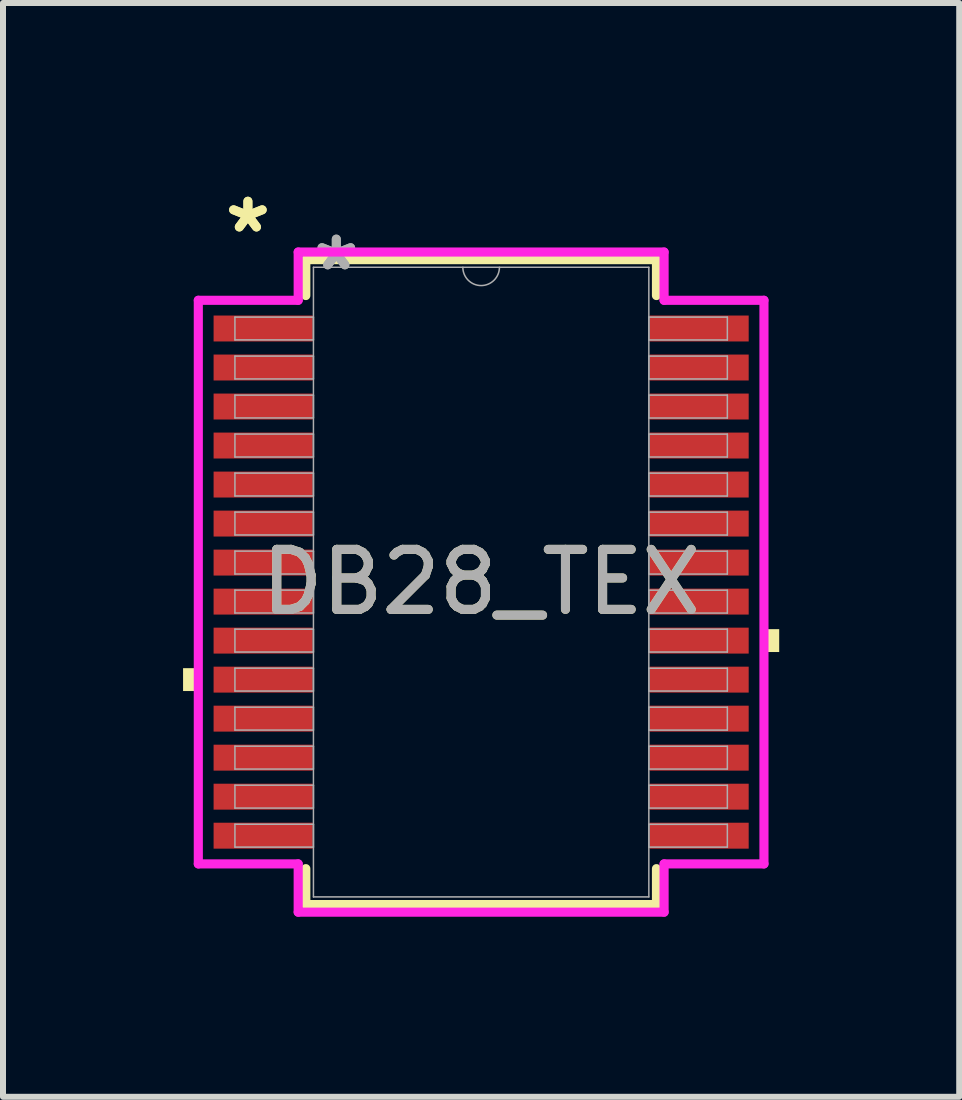
<source format=kicad_pcb>
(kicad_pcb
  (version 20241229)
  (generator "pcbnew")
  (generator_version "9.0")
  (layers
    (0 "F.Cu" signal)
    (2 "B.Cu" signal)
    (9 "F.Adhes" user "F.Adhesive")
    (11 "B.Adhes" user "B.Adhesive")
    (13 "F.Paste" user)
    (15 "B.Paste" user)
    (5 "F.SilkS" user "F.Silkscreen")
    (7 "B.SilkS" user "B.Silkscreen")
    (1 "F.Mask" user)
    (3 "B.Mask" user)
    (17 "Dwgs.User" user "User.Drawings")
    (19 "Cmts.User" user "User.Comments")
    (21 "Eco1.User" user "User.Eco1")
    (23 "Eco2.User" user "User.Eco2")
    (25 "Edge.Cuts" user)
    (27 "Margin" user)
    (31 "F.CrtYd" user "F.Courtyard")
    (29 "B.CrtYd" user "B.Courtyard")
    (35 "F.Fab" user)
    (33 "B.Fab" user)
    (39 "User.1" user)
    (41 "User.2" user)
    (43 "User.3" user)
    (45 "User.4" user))
  (footprint "DB28_TEX"
    (layer "F.Cu")
    (at 4.966 6.648)
    (property "Reference" "DB28_TEX" (at 0 0 0) (unlocked yes) (layer "F.SilkS") (effects (font (size 1 1) (thickness 0.15))))
    (attr smd)
    (fp_line (start -2.921 -5.372) (end -2.921 -4.774) (stroke (width 0.152) (type solid)) (layer "F.SilkS"))
    (fp_line (start -2.921 4.774) (end -2.921 5.372) (stroke (width 0.152) (type solid)) (layer "F.SilkS"))
    (fp_line (start -2.921 5.372) (end 2.921 5.372) (stroke (width 0.152) (type solid)) (layer "F.SilkS"))
    (fp_line (start 2.921 -5.372) (end -2.921 -5.372) (stroke (width 0.152) (type solid)) (layer "F.SilkS"))
    (fp_line (start 2.921 -4.774) (end 2.921 -5.372) (stroke (width 0.152) (type solid)) (layer "F.SilkS"))
    (fp_line (start 2.921 5.372) (end 2.921 4.774) (stroke (width 0.152) (type solid)) (layer "F.SilkS"))
    (fp_poly (pts (xy -4.966 1.434) (xy -4.966 1.815) (xy -4.712 1.815) (xy -4.712 1.434)) (stroke (width 0) (type solid)) (fill yes) (layer "F.SilkS"))
    (fp_poly (pts (xy 4.966 0.784) (xy 4.966 1.165) (xy 4.712 1.165) (xy 4.712 0.784)) (stroke (width 0) (type solid)) (fill yes) (layer "F.SilkS"))
    (fp_line (start -4.712 -4.695) (end -3.048 -4.695) (stroke (width 0.152) (type solid)) (layer "F.CrtYd"))
    (fp_line (start -4.712 4.695) (end -4.712 -4.695) (stroke (width 0.152) (type solid)) (layer "F.CrtYd"))
    (fp_line (start -4.712 4.695) (end -3.048 4.695) (stroke (width 0.152) (type solid)) (layer "F.CrtYd"))
    (fp_line (start -3.048 -5.499) (end 3.048 -5.499) (stroke (width 0.152) (type solid)) (layer "F.CrtYd"))
    (fp_line (start -3.048 -4.695) (end -3.048 -5.499) (stroke (width 0.152) (type solid)) (layer "F.CrtYd"))
    (fp_line (start -3.048 5.499) (end -3.048 4.695) (stroke (width 0.152) (type solid)) (layer "F.CrtYd"))
    (fp_line (start 3.048 -5.499) (end 3.048 -4.695) (stroke (width 0.152) (type solid)) (layer "F.CrtYd"))
    (fp_line (start 3.048 4.695) (end 3.048 5.499) (stroke (width 0.152) (type solid)) (layer "F.CrtYd"))
    (fp_line (start 3.048 5.499) (end -3.048 5.499) (stroke (width 0.152) (type solid)) (layer "F.CrtYd"))
    (fp_line (start 4.712 -4.695) (end 3.048 -4.695) (stroke (width 0.152) (type solid)) (layer "F.CrtYd"))
    (fp_line (start 4.712 -4.695) (end 4.712 4.695) (stroke (width 0.152) (type solid)) (layer "F.CrtYd"))
    (fp_line (start 4.712 4.695) (end 3.048 4.695) (stroke (width 0.152) (type solid)) (layer "F.CrtYd"))
    (fp_line (start -4.102 -4.415) (end -4.102 -4.035) (stroke (width 0.025) (type solid)) (layer "F.Fab"))
    (fp_line (start -4.102 -4.035) (end -2.794 -4.035) (stroke (width 0.025) (type solid)) (layer "F.Fab"))
    (fp_line (start -4.102 -3.765) (end -4.102 -3.385) (stroke (width 0.025) (type solid)) (layer "F.Fab"))
    (fp_line (start -4.102 -3.385) (end -2.794 -3.385) (stroke (width 0.025) (type solid)) (layer "F.Fab"))
    (fp_line (start -4.102 -3.115) (end -4.102 -2.735) (stroke (width 0.025) (type solid)) (layer "F.Fab"))
    (fp_line (start -4.102 -2.735) (end -2.794 -2.735) (stroke (width 0.025) (type solid)) (layer "F.Fab"))
    (fp_line (start -4.102 -2.466) (end -4.102 -2.084) (stroke (width 0.025) (type solid)) (layer "F.Fab"))
    (fp_line (start -4.102 -2.084) (end -2.794 -2.084) (stroke (width 0.025) (type solid)) (layer "F.Fab"))
    (fp_line (start -4.102 -1.816) (end -4.102 -1.435) (stroke (width 0.025) (type solid)) (layer "F.Fab"))
    (fp_line (start -4.102 -1.435) (end -2.794 -1.435) (stroke (width 0.025) (type solid)) (layer "F.Fab"))
    (fp_line (start -4.102 -1.166) (end -4.102 -0.785) (stroke (width 0.025) (type solid)) (layer "F.Fab"))
    (fp_line (start -4.102 -0.785) (end -2.794 -0.785) (stroke (width 0.025) (type solid)) (layer "F.Fab"))
    (fp_line (start -4.102 -0.516) (end -4.102 -0.135) (stroke (width 0.025) (type solid)) (layer "F.Fab"))
    (fp_line (start -4.102 -0.135) (end -2.794 -0.135) (stroke (width 0.025) (type solid)) (layer "F.Fab"))
    (fp_line (start -4.102 0.134) (end -4.102 0.515) (stroke (width 0.025) (type solid)) (layer "F.Fab"))
    (fp_line (start -4.102 0.515) (end -2.794 0.515) (stroke (width 0.025) (type solid)) (layer "F.Fab"))
    (fp_line (start -4.102 0.784) (end -4.102 1.165) (stroke (width 0.025) (type solid)) (layer "F.Fab"))
    (fp_line (start -4.102 1.165) (end -2.794 1.165) (stroke (width 0.025) (type solid)) (layer "F.Fab"))
    (fp_line (start -4.102 1.434) (end -4.102 1.815) (stroke (width 0.025) (type solid)) (layer "F.Fab"))
    (fp_line (start -4.102 1.815) (end -2.794 1.815) (stroke (width 0.025) (type solid)) (layer "F.Fab"))
    (fp_line (start -4.102 2.084) (end -4.102 2.465) (stroke (width 0.025) (type solid)) (layer "F.Fab"))
    (fp_line (start -4.102 2.465) (end -2.794 2.465) (stroke (width 0.025) (type solid)) (layer "F.Fab"))
    (fp_line (start -4.102 2.734) (end -4.102 3.115) (stroke (width 0.025) (type solid)) (layer "F.Fab"))
    (fp_line (start -4.102 3.115) (end -2.794 3.115) (stroke (width 0.025) (type solid)) (layer "F.Fab"))
    (fp_line (start -4.102 3.384) (end -4.102 3.765) (stroke (width 0.025) (type solid)) (layer "F.Fab"))
    (fp_line (start -4.102 3.765) (end -2.794 3.765) (stroke (width 0.025) (type solid)) (layer "F.Fab"))
    (fp_line (start -4.102 4.034) (end -4.102 4.415) (stroke (width 0.025) (type solid)) (layer "F.Fab"))
    (fp_line (start -4.102 4.415) (end -2.794 4.415) (stroke (width 0.025) (type solid)) (layer "F.Fab"))
    (fp_line (start -2.794 -5.245) (end -2.794 5.245) (stroke (width 0.025) (type solid)) (layer "F.Fab"))
    (fp_line (start -2.794 -4.415) (end -4.102 -4.415) (stroke (width 0.025) (type solid)) (layer "F.Fab"))
    (fp_line (start -2.794 -4.035) (end -2.794 -4.415) (stroke (width 0.025) (type solid)) (layer "F.Fab"))
    (fp_line (start -2.794 -3.765) (end -4.102 -3.765) (stroke (width 0.025) (type solid)) (layer "F.Fab"))
    (fp_line (start -2.794 -3.385) (end -2.794 -3.765) (stroke (width 0.025) (type solid)) (layer "F.Fab"))
    (fp_line (start -2.794 -3.115) (end -4.102 -3.115) (stroke (width 0.025) (type solid)) (layer "F.Fab"))
    (fp_line (start -2.794 -2.735) (end -2.794 -3.115) (stroke (width 0.025) (type solid)) (layer "F.Fab"))
    (fp_line (start -2.794 -2.466) (end -4.102 -2.466) (stroke (width 0.025) (type solid)) (layer "F.Fab"))
    (fp_line (start -2.794 -2.084) (end -2.794 -2.466) (stroke (width 0.025) (type solid)) (layer "F.Fab"))
    (fp_line (start -2.794 -1.816) (end -4.102 -1.816) (stroke (width 0.025) (type solid)) (layer "F.Fab"))
    (fp_line (start -2.794 -1.435) (end -2.794 -1.816) (stroke (width 0.025) (type solid)) (layer "F.Fab"))
    (fp_line (start -2.794 -1.166) (end -4.102 -1.166) (stroke (width 0.025) (type solid)) (layer "F.Fab"))
    (fp_line (start -2.794 -0.785) (end -2.794 -1.166) (stroke (width 0.025) (type solid)) (layer "F.Fab"))
    (fp_line (start -2.794 -0.516) (end -4.102 -0.516) (stroke (width 0.025) (type solid)) (layer "F.Fab"))
    (fp_line (start -2.794 -0.135) (end -2.794 -0.516) (stroke (width 0.025) (type solid)) (layer "F.Fab"))
    (fp_line (start -2.794 0.134) (end -4.102 0.134) (stroke (width 0.025) (type solid)) (layer "F.Fab"))
    (fp_line (start -2.794 0.515) (end -2.794 0.134) (stroke (width 0.025) (type solid)) (layer "F.Fab"))
    (fp_line (start -2.794 0.784) (end -4.102 0.784) (stroke (width 0.025) (type solid)) (layer "F.Fab"))
    (fp_line (start -2.794 1.165) (end -2.794 0.784) (stroke (width 0.025) (type solid)) (layer "F.Fab"))
    (fp_line (start -2.794 1.434) (end -4.102 1.434) (stroke (width 0.025) (type solid)) (layer "F.Fab"))
    (fp_line (start -2.794 1.815) (end -2.794 1.434) (stroke (width 0.025) (type solid)) (layer "F.Fab"))
    (fp_line (start -2.794 2.084) (end -4.102 2.084) (stroke (width 0.025) (type solid)) (layer "F.Fab"))
    (fp_line (start -2.794 2.465) (end -2.794 2.084) (stroke (width 0.025) (type solid)) (layer "F.Fab"))
    (fp_line (start -2.794 2.734) (end -4.102 2.734) (stroke (width 0.025) (type solid)) (layer "F.Fab"))
    (fp_line (start -2.794 3.115) (end -2.794 2.734) (stroke (width 0.025) (type solid)) (layer "F.Fab"))
    (fp_line (start -2.794 3.384) (end -4.102 3.384) (stroke (width 0.025) (type solid)) (layer "F.Fab"))
    (fp_line (start -2.794 3.765) (end -2.794 3.384) (stroke (width 0.025) (type solid)) (layer "F.Fab"))
    (fp_line (start -2.794 4.034) (end -4.102 4.034) (stroke (width 0.025) (type solid)) (layer "F.Fab"))
    (fp_line (start -2.794 4.415) (end -2.794 4.034) (stroke (width 0.025) (type solid)) (layer "F.Fab"))
    (fp_line (start -2.794 5.245) (end 2.794 5.245) (stroke (width 0.025) (type solid)) (layer "F.Fab"))
    (fp_line (start 2.794 -5.245) (end -2.794 -5.245) (stroke (width 0.025) (type solid)) (layer "F.Fab"))
    (fp_line (start 2.794 -4.415) (end 2.794 -4.034) (stroke (width 0.025) (type solid)) (layer "F.Fab"))
    (fp_line (start 2.794 -4.034) (end 4.102 -4.034) (stroke (width 0.025) (type solid)) (layer "F.Fab"))
    (fp_line (start 2.794 -3.765) (end 2.794 -3.384) (stroke (width 0.025) (type solid)) (layer "F.Fab"))
    (fp_line (start 2.794 -3.384) (end 4.102 -3.384) (stroke (width 0.025) (type solid)) (layer "F.Fab"))
    (fp_line (start 2.794 -3.115) (end 2.794 -2.734) (stroke (width 0.025) (type solid)) (layer "F.Fab"))
    (fp_line (start 2.794 -2.734) (end 4.102 -2.734) (stroke (width 0.025) (type solid)) (layer "F.Fab"))
    (fp_line (start 2.794 -2.465) (end 2.794 -2.084) (stroke (width 0.025) (type solid)) (layer "F.Fab"))
    (fp_line (start 2.794 -2.084) (end 4.102 -2.084) (stroke (width 0.025) (type solid)) (layer "F.Fab"))
    (fp_line (start 2.794 -1.815) (end 2.794 -1.434) (stroke (width 0.025) (type solid)) (layer "F.Fab"))
    (fp_line (start 2.794 -1.434) (end 4.102 -1.434) (stroke (width 0.025) (type solid)) (layer "F.Fab"))
    (fp_line (start 2.794 -1.165) (end 2.794 -0.784) (stroke (width 0.025) (type solid)) (layer "F.Fab"))
    (fp_line (start 2.794 -0.784) (end 4.102 -0.784) (stroke (width 0.025) (type solid)) (layer "F.Fab"))
    (fp_line (start 2.794 -0.515) (end 2.794 -0.134) (stroke (width 0.025) (type solid)) (layer "F.Fab"))
    (fp_line (start 2.794 -0.134) (end 4.102 -0.134) (stroke (width 0.025) (type solid)) (layer "F.Fab"))
    (fp_line (start 2.794 0.135) (end 2.794 0.516) (stroke (width 0.025) (type solid)) (layer "F.Fab"))
    (fp_line (start 2.794 0.516) (end 4.102 0.516) (stroke (width 0.025) (type solid)) (layer "F.Fab"))
    (fp_line (start 2.794 0.784) (end 2.794 1.165) (stroke (width 0.025) (type solid)) (layer "F.Fab"))
    (fp_line (start 2.794 1.165) (end 4.102 1.165) (stroke (width 0.025) (type solid)) (layer "F.Fab"))
    (fp_line (start 2.794 1.435) (end 2.794 1.815) (stroke (width 0.025) (type solid)) (layer "F.Fab"))
    (fp_line (start 2.794 1.815) (end 4.102 1.815) (stroke (width 0.025) (type solid)) (layer "F.Fab"))
    (fp_line (start 2.794 2.084) (end 2.794 2.466) (stroke (width 0.025) (type solid)) (layer "F.Fab"))
    (fp_line (start 2.794 2.466) (end 4.102 2.466) (stroke (width 0.025) (type solid)) (layer "F.Fab"))
    (fp_line (start 2.794 2.735) (end 2.794 3.115) (stroke (width 0.025) (type solid)) (layer "F.Fab"))
    (fp_line (start 2.794 3.115) (end 4.102 3.115) (stroke (width 0.025) (type solid)) (layer "F.Fab"))
    (fp_line (start 2.794 3.385) (end 2.794 3.765) (stroke (width 0.025) (type solid)) (layer "F.Fab"))
    (fp_line (start 2.794 3.765) (end 4.102 3.765) (stroke (width 0.025) (type solid)) (layer "F.Fab"))
    (fp_line (start 2.794 4.035) (end 2.794 4.415) (stroke (width 0.025) (type solid)) (layer "F.Fab"))
    (fp_line (start 2.794 4.415) (end 4.102 4.415) (stroke (width 0.025) (type solid)) (layer "F.Fab"))
    (fp_line (start 2.794 5.245) (end 2.794 -5.245) (stroke (width 0.025) (type solid)) (layer "F.Fab"))
    (fp_line (start 4.102 -4.415) (end 2.794 -4.415) (stroke (width 0.025) (type solid)) (layer "F.Fab"))
    (fp_line (start 4.102 -4.034) (end 4.102 -4.415) (stroke (width 0.025) (type solid)) (layer "F.Fab"))
    (fp_line (start 4.102 -3.765) (end 2.794 -3.765) (stroke (width 0.025) (type solid)) (layer "F.Fab"))
    (fp_line (start 4.102 -3.384) (end 4.102 -3.765) (stroke (width 0.025) (type solid)) (layer "F.Fab"))
    (fp_line (start 4.102 -3.115) (end 2.794 -3.115) (stroke (width 0.025) (type solid)) (layer "F.Fab"))
    (fp_line (start 4.102 -2.734) (end 4.102 -3.115) (stroke (width 0.025) (type solid)) (layer "F.Fab"))
    (fp_line (start 4.102 -2.465) (end 2.794 -2.465) (stroke (width 0.025) (type solid)) (layer "F.Fab"))
    (fp_line (start 4.102 -2.084) (end 4.102 -2.465) (stroke (width 0.025) (type solid)) (layer "F.Fab"))
    (fp_line (start 4.102 -1.815) (end 2.794 -1.815) (stroke (width 0.025) (type solid)) (layer "F.Fab"))
    (fp_line (start 4.102 -1.434) (end 4.102 -1.815) (stroke (width 0.025) (type solid)) (layer "F.Fab"))
    (fp_line (start 4.102 -1.165) (end 2.794 -1.165) (stroke (width 0.025) (type solid)) (layer "F.Fab"))
    (fp_line (start 4.102 -0.784) (end 4.102 -1.165) (stroke (width 0.025) (type solid)) (layer "F.Fab"))
    (fp_line (start 4.102 -0.515) (end 2.794 -0.515) (stroke (width 0.025) (type solid)) (layer "F.Fab"))
    (fp_line (start 4.102 -0.134) (end 4.102 -0.515) (stroke (width 0.025) (type solid)) (layer "F.Fab"))
    (fp_line (start 4.102 0.135) (end 2.794 0.135) (stroke (width 0.025) (type solid)) (layer "F.Fab"))
    (fp_line (start 4.102 0.516) (end 4.102 0.135) (stroke (width 0.025) (type solid)) (layer "F.Fab"))
    (fp_line (start 4.102 0.784) (end 2.794 0.784) (stroke (width 0.025) (type solid)) (layer "F.Fab"))
    (fp_line (start 4.102 1.165) (end 4.102 0.784) (stroke (width 0.025) (type solid)) (layer "F.Fab"))
    (fp_line (start 4.102 1.435) (end 2.794 1.435) (stroke (width 0.025) (type solid)) (layer "F.Fab"))
    (fp_line (start 4.102 1.815) (end 4.102 1.435) (stroke (width 0.025) (type solid)) (layer "F.Fab"))
    (fp_line (start 4.102 2.084) (end 2.794 2.084) (stroke (width 0.025) (type solid)) (layer "F.Fab"))
    (fp_line (start 4.102 2.466) (end 4.102 2.084) (stroke (width 0.025) (type solid)) (layer "F.Fab"))
    (fp_line (start 4.102 2.735) (end 2.794 2.735) (stroke (width 0.025) (type solid)) (layer "F.Fab"))
    (fp_line (start 4.102 3.115) (end 4.102 2.735) (stroke (width 0.025) (type solid)) (layer "F.Fab"))
    (fp_line (start 4.102 3.385) (end 2.794 3.385) (stroke (width 0.025) (type solid)) (layer "F.Fab"))
    (fp_line (start 4.102 3.765) (end 4.102 3.385) (stroke (width 0.025) (type solid)) (layer "F.Fab"))
    (fp_line (start 4.102 4.035) (end 2.794 4.035) (stroke (width 0.025) (type solid)) (layer "F.Fab"))
    (fp_line (start 4.102 4.415) (end 4.102 4.035) (stroke (width 0.025) (type solid)) (layer "F.Fab"))
    (fp_arc (start 0.3048 -5.2451) (mid 0 -4.9403) (end -0.3048 -5.2451) (stroke (width 0.0254) (type solid)) (layer "F.Fab"))
    (fp_text user "*" (at -3.886 -5.8 0) (unlocked yes) (layer "F.SilkS") (effects (font (size 1 1) (thickness 0.15))))
    (fp_text user "*" (at -3.886 -5.8 0) (layer "F.SilkS") (effects (font (size 1 1) (thickness 0.15))))
    (fp_text user "*" (at -2.413 -5.169 0) (layer "F.Fab") (effects (font (size 1 1) (thickness 0.15))))
    (fp_text user "*" (at -2.413 -5.169 0) (unlocked yes) (layer "F.Fab") (effects (font (size 1 1) (thickness 0.15))))
    (fp_text user "${REFERENCE}" (at 0 0 0) (unlocked yes) (layer "F.Fab") (effects (font (size 1 1) (thickness 0.15))))
    (pad "1" smd rect (at -3.632 -4.225) (size 1.651 0.432) (layers "F.Cu" "F.Mask" "F.Paste"))
    (pad "2" smd rect (at -3.632 -3.575) (size 1.651 0.432) (layers "F.Cu" "F.Mask" "F.Paste"))
    (pad "3" smd rect (at -3.632 -2.925) (size 1.651 0.432) (layers "F.Cu" "F.Mask" "F.Paste"))
    (pad "4" smd rect (at -3.632 -2.275) (size 1.651 0.432) (layers "F.Cu" "F.Mask" "F.Paste"))
    (pad "5" smd rect (at -3.632 -1.625) (size 1.651 0.432) (layers "F.Cu" "F.Mask" "F.Paste"))
    (pad "6" smd rect (at -3.632 -0.975) (size 1.651 0.432) (layers "F.Cu" "F.Mask" "F.Paste"))
    (pad "7" smd rect (at -3.632 -0.325) (size 1.651 0.432) (layers "F.Cu" "F.Mask" "F.Paste"))
    (pad "8" smd rect (at -3.632 0.325) (size 1.651 0.432) (layers "F.Cu" "F.Mask" "F.Paste"))
    (pad "9" smd rect (at -3.632 0.975) (size 1.651 0.432) (layers "F.Cu" "F.Mask" "F.Paste"))
    (pad "10" smd rect (at -3.632 1.625) (size 1.651 0.432) (layers "F.Cu" "F.Mask" "F.Paste"))
    (pad "11" smd rect (at -3.632 2.275) (size 1.651 0.432) (layers "F.Cu" "F.Mask" "F.Paste"))
    (pad "12" smd rect (at -3.632 2.925) (size 1.651 0.432) (layers "F.Cu" "F.Mask" "F.Paste"))
    (pad "13" smd rect (at -3.632 3.575) (size 1.651 0.432) (layers "F.Cu" "F.Mask" "F.Paste"))
    (pad "14" smd rect (at -3.632 4.225) (size 1.651 0.432) (layers "F.Cu" "F.Mask" "F.Paste"))
    (pad "15" smd rect (at 3.632 4.225) (size 1.651 0.432) (layers "F.Cu" "F.Mask" "F.Paste"))
    (pad "16" smd rect (at 3.632 3.575) (size 1.651 0.432) (layers "F.Cu" "F.Mask" "F.Paste"))
    (pad "17" smd rect (at 3.632 2.925) (size 1.651 0.432) (layers "F.Cu" "F.Mask" "F.Paste"))
    (pad "18" smd rect (at 3.632 2.275) (size 1.651 0.432) (layers "F.Cu" "F.Mask" "F.Paste"))
    (pad "19" smd rect (at 3.632 1.625) (size 1.651 0.432) (layers "F.Cu" "F.Mask" "F.Paste"))
    (pad "20" smd rect (at 3.632 0.975) (size 1.651 0.432) (layers "F.Cu" "F.Mask" "F.Paste"))
    (pad "21" smd rect (at 3.632 0.325) (size 1.651 0.432) (layers "F.Cu" "F.Mask" "F.Paste"))
    (pad "22" smd rect (at 3.632 -0.325) (size 1.651 0.432) (layers "F.Cu" "F.Mask" "F.Paste"))
    (pad "23" smd rect (at 3.632 -0.975) (size 1.651 0.432) (layers "F.Cu" "F.Mask" "F.Paste"))
    (pad "24" smd rect (at 3.632 -1.625) (size 1.651 0.432) (layers "F.Cu" "F.Mask" "F.Paste"))
    (pad "25" smd rect (at 3.632 -2.275) (size 1.651 0.432) (layers "F.Cu" "F.Mask" "F.Paste"))
    (pad "26" smd rect (at 3.632 -2.925) (size 1.651 0.432) (layers "F.Cu" "F.Mask" "F.Paste"))
    (pad "27" smd rect (at 3.632 -3.575) (size 1.651 0.432) (layers "F.Cu" "F.Mask" "F.Paste"))
    (pad "28" smd rect (at 3.632 -4.225) (size 1.651 0.432) (layers "F.Cu" "F.Mask" "F.Paste")))
  (gr_rect
    (start -3 -3)
    (end 12.931 15.223)
    (stroke (width 0.1) (type default))
    (fill no)
    (layer "Edge.Cuts")))
</source>
